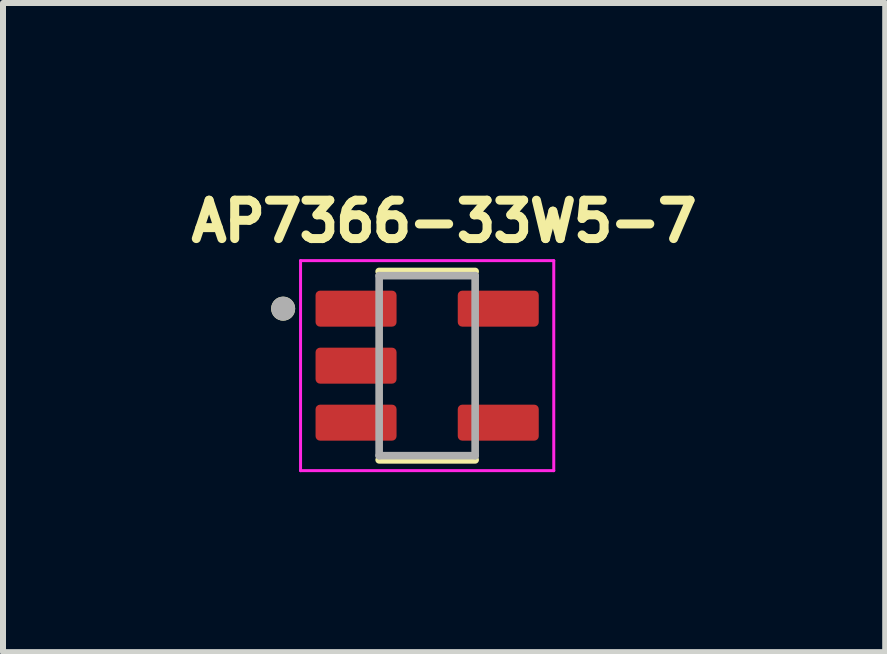
<source format=kicad_pcb>
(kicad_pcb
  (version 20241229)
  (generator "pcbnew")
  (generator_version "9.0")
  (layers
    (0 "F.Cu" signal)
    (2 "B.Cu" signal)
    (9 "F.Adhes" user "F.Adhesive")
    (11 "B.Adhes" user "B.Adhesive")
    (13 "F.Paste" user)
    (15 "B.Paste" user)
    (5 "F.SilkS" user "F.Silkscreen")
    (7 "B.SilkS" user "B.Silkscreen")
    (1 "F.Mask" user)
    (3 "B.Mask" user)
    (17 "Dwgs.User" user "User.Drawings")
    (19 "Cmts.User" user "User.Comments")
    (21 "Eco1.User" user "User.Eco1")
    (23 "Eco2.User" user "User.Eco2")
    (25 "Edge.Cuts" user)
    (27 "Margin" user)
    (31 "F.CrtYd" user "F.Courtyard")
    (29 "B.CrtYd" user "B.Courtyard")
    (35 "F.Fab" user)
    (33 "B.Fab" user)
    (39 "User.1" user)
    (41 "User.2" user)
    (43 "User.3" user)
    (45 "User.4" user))
  (footprint "AP7366-33W5-7"
    (layer "F.Cu")
    (at 4.069 3.044)
    (property "Reference" "AP7366-33W5-7" (at 0.282 -2.406 0) (layer "F.SilkS") (effects (font (size 0.64 0.64) (thickness 0.15))))
    (attr smd)
    (fp_line (start -0.8 -1.57) (end 0.8 -1.57) (stroke (width 0.127) (type solid)) (layer "F.SilkS"))
    (fp_line (start 0.8 1.57) (end -0.8 1.57) (stroke (width 0.127) (type solid)) (layer "F.SilkS"))
    (fp_circle (center -2.4 -0.95) (end -2.3 -0.95) (stroke (width 0.2) (type solid)) (fill no) (layer "F.SilkS"))
    (fp_line (start -2.11 -1.75) (end 2.11 -1.75) (stroke (width 0.05) (type solid)) (layer "F.CrtYd"))
    (fp_line (start -2.11 1.75) (end -2.11 -1.75) (stroke (width 0.05) (type solid)) (layer "F.CrtYd"))
    (fp_line (start 2.11 -1.75) (end 2.11 1.75) (stroke (width 0.05) (type solid)) (layer "F.CrtYd"))
    (fp_line (start 2.11 1.75) (end -2.11 1.75) (stroke (width 0.05) (type solid)) (layer "F.CrtYd"))
    (fp_line (start -0.8 -1.5) (end 0.8 -1.5) (stroke (width 0.127) (type solid)) (layer "F.Fab"))
    (fp_line (start -0.8 1.5) (end -0.8 -1.5) (stroke (width 0.127) (type solid)) (layer "F.Fab"))
    (fp_line (start 0.8 -1.5) (end 0.8 1.5) (stroke (width 0.127) (type solid)) (layer "F.Fab"))
    (fp_line (start 0.8 1.5) (end -0.8 1.5) (stroke (width 0.127) (type solid)) (layer "F.Fab"))
    (fp_circle (center -2.4 -0.95) (end -2.3 -0.95) (stroke (width 0.2) (type solid)) (fill no) (layer "F.Fab"))
    (pad "1" smd roundrect (at -1.185 -0.95) (size 1.35 0.6) (layers "F.Cu" "F.Mask" "F.Paste") (roundrect_rratio 0.125))
    (pad "2" smd roundrect (at -1.185 0) (size 1.35 0.6) (layers "F.Cu" "F.Mask" "F.Paste") (roundrect_rratio 0.125))
    (pad "3" smd roundrect (at -1.185 0.95) (size 1.35 0.6) (layers "F.Cu" "F.Mask" "F.Paste") (roundrect_rratio 0.125))
    (pad "4" smd roundrect (at 1.185 0.95) (size 1.35 0.6) (layers "F.Cu" "F.Mask" "F.Paste") (roundrect_rratio 0.125))
    (pad "5" smd roundrect (at 1.185 -0.95) (size 1.35 0.6) (layers "F.Cu" "F.Mask" "F.Paste") (roundrect_rratio 0.125)))
  (gr_rect
    (start -3 -3)
    (end 11.703 7.819)
    (stroke (width 0.1) (type default))
    (fill no)
    (layer "Edge.Cuts")))
</source>
